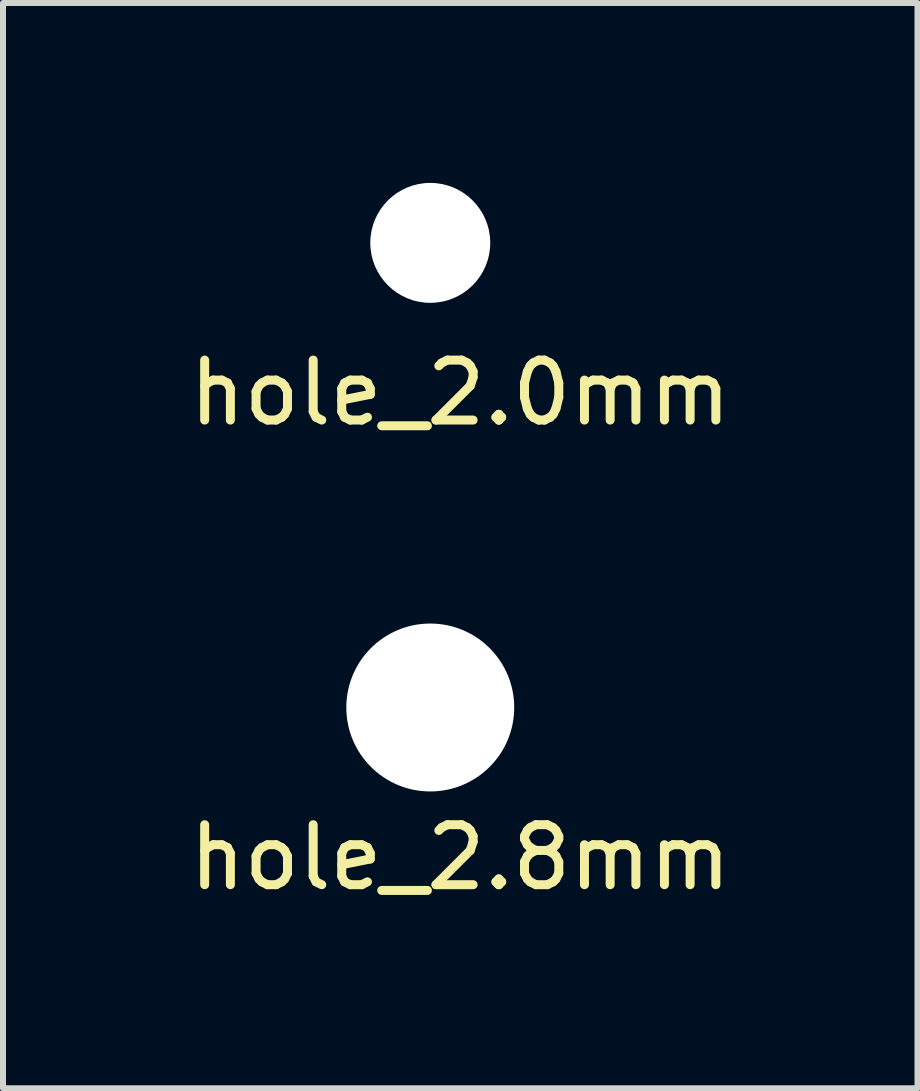
<source format=kicad_pcb>
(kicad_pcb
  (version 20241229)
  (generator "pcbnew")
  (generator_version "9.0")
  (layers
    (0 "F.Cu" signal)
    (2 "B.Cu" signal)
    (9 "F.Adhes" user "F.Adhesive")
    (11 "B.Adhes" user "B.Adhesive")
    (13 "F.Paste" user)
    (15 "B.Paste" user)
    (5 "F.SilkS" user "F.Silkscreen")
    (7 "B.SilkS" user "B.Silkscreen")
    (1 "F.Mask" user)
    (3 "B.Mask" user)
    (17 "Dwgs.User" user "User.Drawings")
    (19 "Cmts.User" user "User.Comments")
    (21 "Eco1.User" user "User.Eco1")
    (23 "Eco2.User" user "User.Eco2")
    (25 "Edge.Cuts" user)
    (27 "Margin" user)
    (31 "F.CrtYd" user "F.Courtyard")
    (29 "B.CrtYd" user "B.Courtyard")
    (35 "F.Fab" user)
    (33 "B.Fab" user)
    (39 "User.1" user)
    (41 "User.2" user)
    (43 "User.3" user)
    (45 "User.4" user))
  (footprint "hole_2.8mm"
    (layer "F.Cu")
    (at 4.125 8.748)
    (property "Reference" "hole_2.8mm" (at 0.5 2.5 0) (layer "F.SilkS") (effects (font (size 1 1) (thickness 0.15))))
    (attr through_hole)
    (pad "" np_thru_hole circle (at 0 0) (size 2.8 2.8) (drill 2.8) (layers "*.Cu" "*.Mask")))
  (footprint "hole_2.0mm"
    (layer "F.Cu")
    (at 4.125 1)
    (property "Reference" "hole_2.0mm" (at 0.5 2.5 0) (layer "F.SilkS") (effects (font (size 1 1) (thickness 0.15))))
    (attr through_hole)
    (pad "" np_thru_hole circle (at 0 0) (size 2 2) (drill 2) (layers "*.Cu" "*.Mask")))
  (gr_rect
    (start -3 -3)
    (end 12.25 15.097)
    (stroke (width 0.1) (type default))
    (fill no)
    (layer "Edge.Cuts")))
</source>
